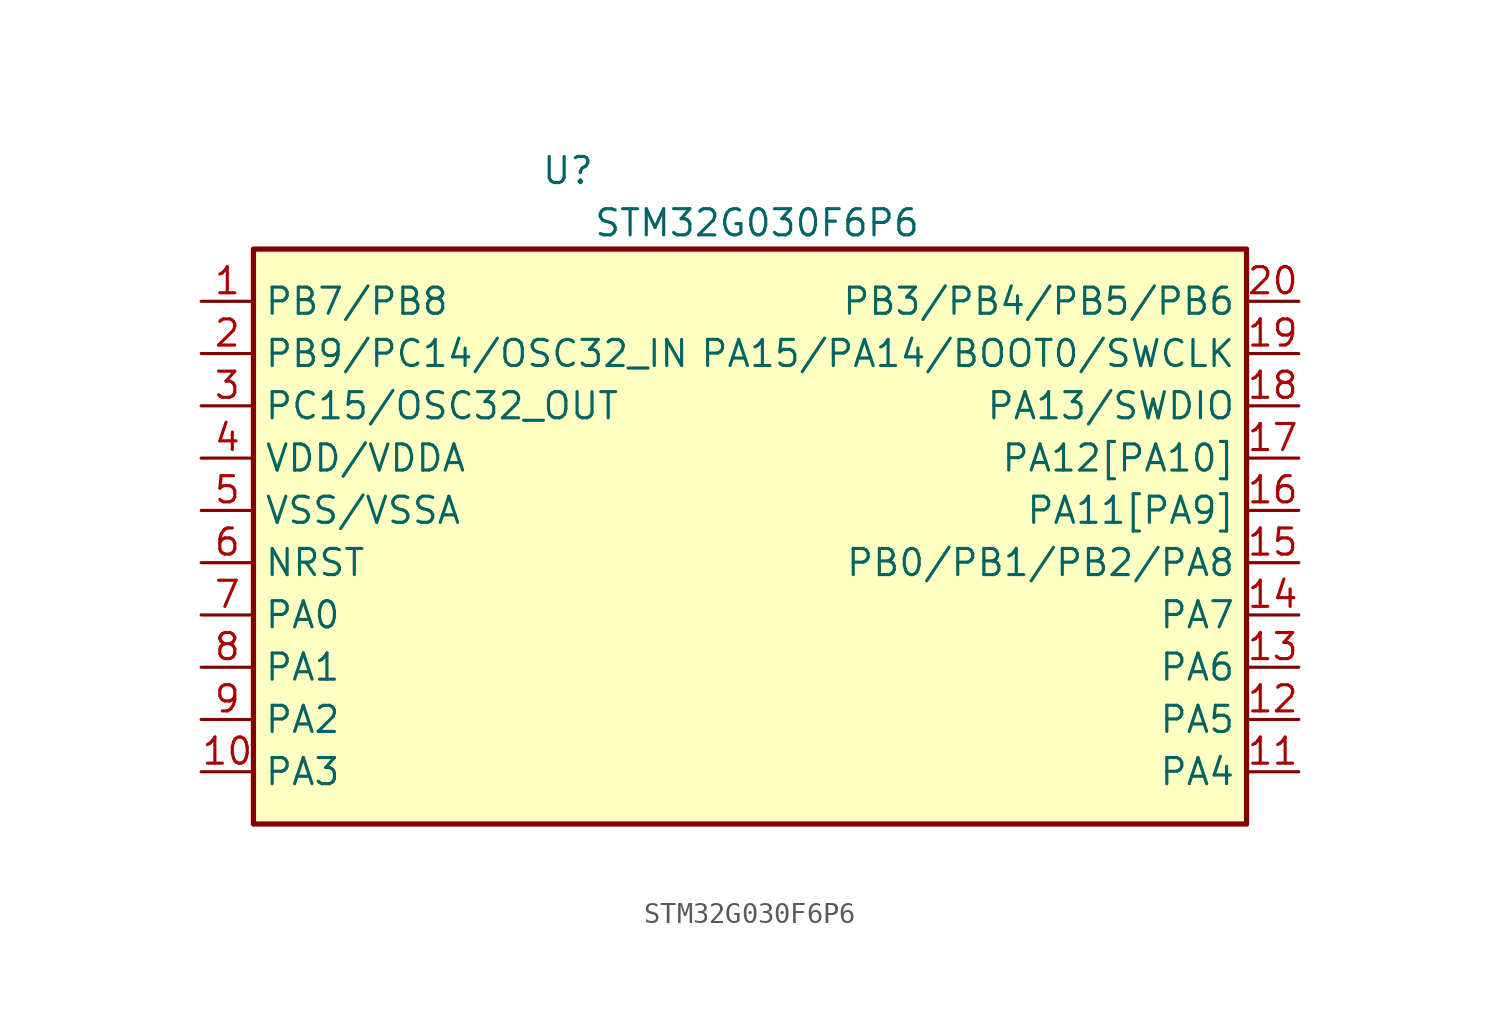
<source format=kicad_sym>
(kicad_symbol_lib
  (version 20220914)
  (generator kicad_symbol_editor)
  (symbol "STM32G030F6P6"
    (property "Reference" "U"
      (at -10.16 16.51 0)
      (effects (font (size 1.27 1.27)) (justify left)))
    (property "Value" "STM32G030F6P6"
      (at -7.62 13.97 0)
      (effects (font (size 1.27 1.27)) (justify left)))
    (symbol "STM32G030F6P6_0_1"
      (rectangle (start -24.13 12.7) (end 24.13 -15.24) (stroke (width 0.254) (type default)) (fill (type background))))
    (symbol "STM32G030F6P6_1_1"
      (pin bidirectional line (at -26.67 10.16 0) (length 2.54) (name "PB7/PB8" (effects (font (size 1.27 1.27)))) (number "1" (effects (font (size 1.27 1.27)))))
      (pin bidirectional line (at -26.67 -12.7 0) (length 2.54) (name "PA3" (effects (font (size 1.27 1.27)))) (number "10" (effects (font (size 1.27 1.27)))))
      (pin bidirectional line (at 26.67 -12.7 180) (length 2.54) (name "PA4" (effects (font (size 1.27 1.27)))) (number "11" (effects (font (size 1.27 1.27)))))
      (pin bidirectional line (at 26.67 -10.16 180) (length 2.54) (name "PA5" (effects (font (size 1.27 1.27)))) (number "12" (effects (font (size 1.27 1.27)))))
      (pin bidirectional line (at 26.67 -7.62 180) (length 2.54) (name "PA6" (effects (font (size 1.27 1.27)))) (number "13" (effects (font (size 1.27 1.27)))))
      (pin bidirectional line (at 26.67 -5.08 180) (length 2.54) (name "PA7" (effects (font (size 1.27 1.27)))) (number "14" (effects (font (size 1.27 1.27)))))
      (pin bidirectional line (at 26.67 -2.54 180) (length 2.54) (name "PB0/PB1/PB2/PA8" (effects (font (size 1.27 1.27)))) (number "15" (effects (font (size 1.27 1.27)))))
      (pin bidirectional line (at 26.67 0 180) (length 2.54) (name "PA11[PA9]" (effects (font (size 1.27 1.27)))) (number "16" (effects (font (size 1.27 1.27)))))
      (pin bidirectional line (at 26.67 2.54 180) (length 2.54) (name "PA12[PA10]" (effects (font (size 1.27 1.27)))) (number "17" (effects (font (size 1.27 1.27)))))
      (pin bidirectional line (at 26.67 5.08 180) (length 2.54) (name "PA13/SWDIO" (effects (font (size 1.27 1.27)))) (number "18" (effects (font (size 1.27 1.27)))))
      (pin bidirectional line (at 26.67 7.62 180) (length 2.54) (name "PA15/PA14/BOOT0/SWCLK" (effects (font (size 1.27 1.27)))) (number "19" (effects (font (size 1.27 1.27)))))
      (pin bidirectional line (at -26.67 7.62 0) (length 2.54) (name "PB9/PC14/OSC32_IN" (effects (font (size 1.27 1.27)))) (number "2" (effects (font (size 1.27 1.27)))))
      (pin bidirectional line (at 26.67 10.16 180) (length 2.54) (name "PB3/PB4/PB5/PB6" (effects (font (size 1.27 1.27)))) (number "20" (effects (font (size 1.27 1.27)))))
      (pin bidirectional line (at -26.67 5.08 0) (length 2.54) (name "PC15/OSC32_OUT" (effects (font (size 1.27 1.27)))) (number "3" (effects (font (size 1.27 1.27)))))
      (pin power_in line (at -26.67 2.54 0) (length 2.54) (name "VDD/VDDA" (effects (font (size 1.27 1.27)))) (number "4" (effects (font (size 1.27 1.27)))))
      (pin power_in line (at -26.67 0 0) (length 2.54) (name "VSS/VSSA" (effects (font (size 1.27 1.27)))) (number "5" (effects (font (size 1.27 1.27)))))
      (pin bidirectional line (at -26.67 -2.54 0) (length 2.54) (name "NRST" (effects (font (size 1.27 1.27)))) (number "6" (effects (font (size 1.27 1.27)))))
      (pin bidirectional line (at -26.67 -5.08 0) (length 2.54) (name "PA0" (effects (font (size 1.27 1.27)))) (number "7" (effects (font (size 1.27 1.27)))))
      (pin bidirectional line (at -26.67 -7.62 0) (length 2.54) (name "PA1" (effects (font (size 1.27 1.27)))) (number "8" (effects (font (size 1.27 1.27)))))
      (pin bidirectional line (at -26.67 -10.16 0) (length 2.54) (name "PA2" (effects (font (size 1.27 1.27)))) (number "9" (effects (font (size 1.27 1.27))))))))
</source>
